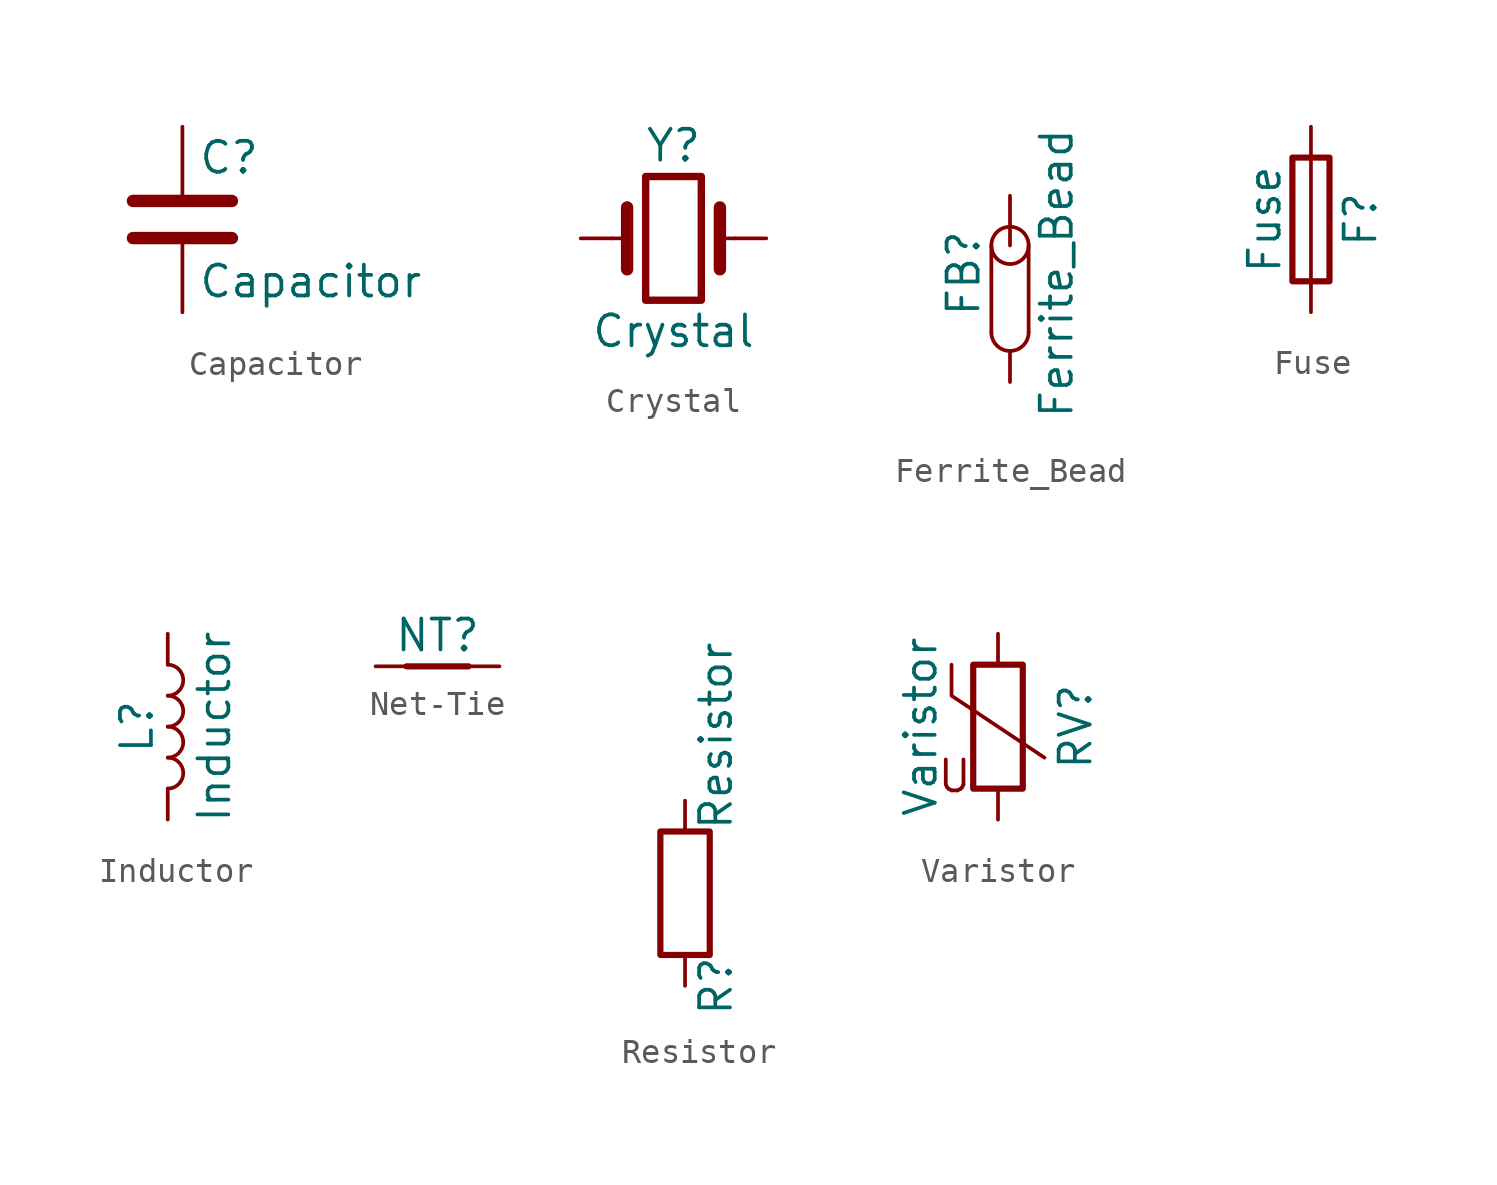
<source format=kicad_sym>
(kicad_symbol_lib
  (version 20211014)
  (generator kicad_symbol_editor)
  (symbol "Capacitor"
    (pin_numbers hide)
    (pin_names
      (offset 0.254))
    (property "Reference" "C"
      (at 0.635 -1.27 0)
      (effects (font (size 1.27 1.27)) (justify left)))
    (property "Value" "Capacitor"
      (at 0.635 -6.35 0)
      (effects (font (size 1.27 1.27)) (justify left)))
    (symbol "Capacitor_0_1"
      (polyline (pts (xy -2.032 -4.572) (xy 2.032 -4.572)) (stroke (width 0.508) (type default) (color 0 0 0 0)) (fill (type none)))
      (polyline (pts (xy -2.032 -3.048) (xy 2.032 -3.048)) (stroke (width 0.508) (type default) (color 0 0 0 0)) (fill (type none))))
    (symbol "Capacitor_1_1"
      (pin passive line (at 0 0 270) (length 2.794) (name "~" (effects (font (size 1.27 1.27)))) (number "1" (effects (font (size 1.27 1.27)))))
      (pin passive line (at 0 -7.62 90) (length 2.794) (name "~" (effects (font (size 1.27 1.27)))) (number "2" (effects (font (size 1.27 1.27)))))))
  (symbol "Crystal"
    (pin_numbers hide)
    (pin_names
      (offset 1.016) hide)
    (property "Reference" "Y"
      (at 3.81 3.81 0)
      (effects (font (size 1.27 1.27))))
    (property "Value" "Crystal"
      (at 3.81 -3.81 0)
      (effects (font (size 1.27 1.27))))
    (symbol "Crystal_0_1"
      (polyline (pts (xy 1.27 0) (xy 1.905 0)) (stroke (width 0) (type default) (color 0 0 0 0)) (fill (type none)))
      (polyline (pts (xy 1.905 -1.27) (xy 1.905 1.27)) (stroke (width 0.508) (type default) (color 0 0 0 0)) (fill (type none)))
      (polyline (pts (xy 5.715 -1.27) (xy 5.715 1.27)) (stroke (width 0.508) (type default) (color 0 0 0 0)) (fill (type none)))
      (polyline (pts (xy 6.35 0) (xy 5.715 0)) (stroke (width 0) (type default) (color 0 0 0 0)) (fill (type none)))
      (rectangle (start 2.667 2.54) (end 4.953 -2.54) (stroke (width 0.305) (type default) (color 0 0 0 0)) (fill (type none))))
    (symbol "Crystal_1_1"
      (pin passive line (at 0 0 0) (length 1.27) (name "1" (effects (font (size 1.27 1.27)))) (number "1" (effects (font (size 1.27 1.27)))))
      (pin passive line (at 7.62 0 180) (length 1.27) (name "2" (effects (font (size 1.27 1.27)))) (number "2" (effects (font (size 1.27 1.27)))))))
  (symbol "Ferrite_Bead"
    (pin_numbers hide)
    (pin_names
      (offset 0))
    (property "Reference" "FB"
      (at -1.905 -3.175 90)
      (effects (font (size 1.27 1.27))))
    (property "Value" "Ferrite_Bead"
      (at 1.905 -3.175 90)
      (effects (font (size 1.27 1.27))))
    (symbol "Ferrite_Bead_0_1"
      (arc (start -0.762 -5.588) (mid 0 -6.35) (end 0.762 -5.588) (stroke (width 0) (type default) (color 0 0 0 0)) (fill (type none)))
      (circle (center 0 -2.032) (radius 0.762) (stroke (width 0) (type default) (color 0 0 0 0)) (fill (type none)))
      (polyline (pts (xy -0.762 -5.588) (xy -0.762 -2.032)) (stroke (width 0) (type default) (color 0 0 0 0)) (fill (type none)))
      (polyline (pts (xy 0.762 -5.588) (xy 0.762 -2.032)) (stroke (width 0) (type default) (color 0 0 0 0)) (fill (type none))))
    (symbol "Ferrite_Bead_1_1"
      (pin passive line (at 0 0 270) (length 2.032) (name "~" (effects (font (size 1.27 1.27)))) (number "1" (effects (font (size 1.27 1.27)))))
      (pin passive line (at 0 -7.62 90) (length 1.27) (name "~" (effects (font (size 1.27 1.27)))) (number "2" (effects (font (size 1.27 1.27)))))))
  (symbol "Fuse"
    (pin_numbers hide)
    (pin_names
      (offset 0))
    (property "Reference" "F"
      (at 2.032 -3.81 90)
      (effects (font (size 1.27 1.27))))
    (property "Value" "Fuse"
      (at -1.905 -3.81 90)
      (effects (font (size 1.27 1.27))))
    (symbol "Fuse_0_1"
      (rectangle (start -0.762 -6.35) (end 0.762 -1.27) (stroke (width 0.254) (type default) (color 0 0 0 0)) (fill (type none)))
      (polyline (pts (xy 0 -1.27) (xy 0 -6.35)) (stroke (width 0) (type default) (color 0 0 0 0)) (fill (type none))))
    (symbol "Fuse_1_1"
      (pin passive line (at 0 0 270) (length 1.27) (name "~" (effects (font (size 1.27 1.27)))) (number "1" (effects (font (size 1.27 1.27)))))
      (pin passive line (at 0 -7.62 90) (length 1.27) (name "~" (effects (font (size 1.27 1.27)))) (number "2" (effects (font (size 1.27 1.27)))))))
  (symbol "Inductor"
    (pin_numbers hide)
    (pin_names
      (offset 1.016) hide)
    (property "Reference" "L"
      (at -1.27 -3.81 90)
      (effects (font (size 1.27 1.27))))
    (property "Value" "Inductor"
      (at 1.905 -3.81 90)
      (effects (font (size 1.27 1.27))))
    (symbol "Inductor_0_1"
      (arc (start 0 -6.35) (mid 0.635 -5.715) (end 0 -5.08) (stroke (width 0) (type default) (color 0 0 0 0)) (fill (type none)))
      (arc (start 0 -5.08) (mid 0.635 -4.445) (end 0 -3.81) (stroke (width 0) (type default) (color 0 0 0 0)) (fill (type none)))
      (arc (start 0 -3.81) (mid 0.635 -3.175) (end 0 -2.54) (stroke (width 0) (type default) (color 0 0 0 0)) (fill (type none)))
      (arc (start 0 -2.54) (mid 0.635 -1.905) (end 0 -1.27) (stroke (width 0) (type default) (color 0 0 0 0)) (fill (type none))))
    (symbol "Inductor_1_1"
      (pin passive line (at 0 0 270) (length 1.27) (name "1" (effects (font (size 1.27 1.27)))) (number "1" (effects (font (size 1.27 1.27)))))
      (pin passive line (at 0 -7.62 90) (length 1.27) (name "2" (effects (font (size 1.27 1.27)))) (number "2" (effects (font (size 1.27 1.27)))))))
  (symbol "Net-Tie"
    (pin_numbers hide)
    (pin_names
      (offset 0) hide)
    (property "Reference" "NT"
      (at 0 1.27 0)
      (effects (font (size 1.27 1.27))))
    (symbol "Net-Tie_0_1"
      (polyline (pts (xy -1.27 0) (xy 1.27 0)) (stroke (width 0.254) (type default) (color 0 0 0 0)) (fill (type none))))
    (symbol "Net-Tie_1_1"
      (pin passive line (at -2.54 0 0) (length 2.54) (name "1" (effects (font (size 1.27 1.27)))) (number "1" (effects (font (size 1.27 1.27)))))
      (pin passive line (at 2.54 0 180) (length 2.54) (name "2" (effects (font (size 1.27 1.27)))) (number "2" (effects (font (size 1.27 1.27)))))))
  (symbol "Resistor"
    (pin_numbers hide)
    (pin_names
      (offset 0))
    (property "Reference" "R"
      (at 1.27 -6.35 90)
      (effects (font (size 1.27 1.27)) (justify right)))
    (property "Value" "Resistor"
      (at 1.27 -1.27 90)
      (effects (font (size 1.27 1.27)) (justify left)))
    (symbol "Resistor_0_1"
      (rectangle (start -1.016 -6.35) (end 1.016 -1.27) (stroke (width 0.254) (type default) (color 0 0 0 0)) (fill (type none))))
    (symbol "Resistor_1_1"
      (pin passive line (at 0 0 270) (length 1.27) (name "~" (effects (font (size 1.27 1.27)))) (number "1" (effects (font (size 1.27 1.27)))))
      (pin passive line (at 0 -7.62 90) (length 1.27) (name "~" (effects (font (size 1.27 1.27)))) (number "2" (effects (font (size 1.27 1.27)))))))
  (symbol "Varistor"
    (pin_numbers hide)
    (pin_names
      (offset 0))
    (property "Reference" "RV"
      (at 3.175 -3.81 90)
      (effects (font (size 1.27 1.27))))
    (property "Value" "Varistor"
      (at -3.175 -3.81 90)
      (effects (font (size 1.27 1.27))))
    (symbol "Varistor_0_0"
      (text "U" (at -1.778 -5.842 0) (effects (font (size 1.27 1.27)))))
    (symbol "Varistor_0_1"
      (rectangle (start -1.016 -6.35) (end 1.016 -1.27) (stroke (width 0.254) (type default) (color 0 0 0 0)) (fill (type none)))
      (polyline (pts (xy -1.905 -1.27) (xy -1.905 -2.54) (xy 1.905 -5.08)) (stroke (width 0) (type default) (color 0 0 0 0)) (fill (type none))))
    (symbol "Varistor_1_1"
      (pin passive line (at 0 0 270) (length 1.27) (name "~" (effects (font (size 1.27 1.27)))) (number "1" (effects (font (size 1.27 1.27)))))
      (pin passive line (at 0 -7.62 90) (length 1.27) (name "~" (effects (font (size 1.27 1.27)))) (number "2" (effects (font (size 1.27 1.27))))))))
</source>
